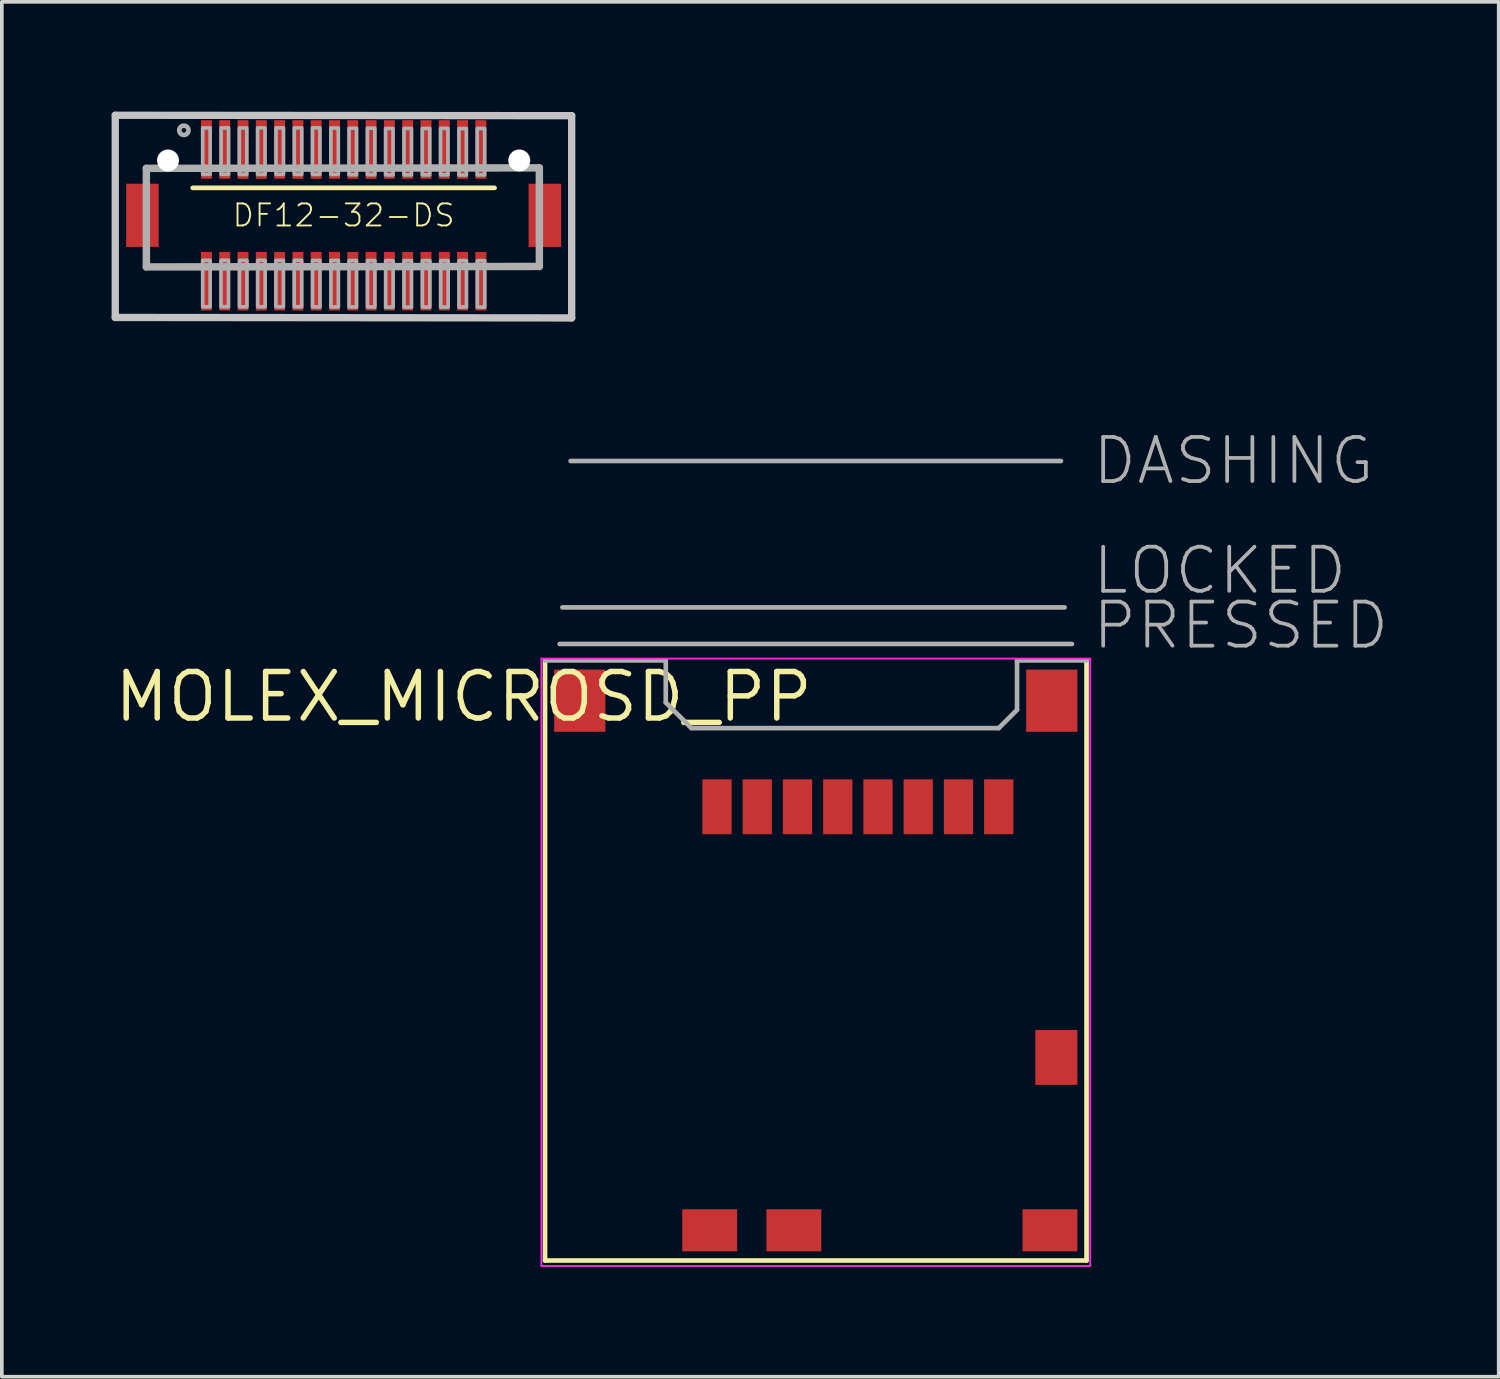
<source format=kicad_pcb>
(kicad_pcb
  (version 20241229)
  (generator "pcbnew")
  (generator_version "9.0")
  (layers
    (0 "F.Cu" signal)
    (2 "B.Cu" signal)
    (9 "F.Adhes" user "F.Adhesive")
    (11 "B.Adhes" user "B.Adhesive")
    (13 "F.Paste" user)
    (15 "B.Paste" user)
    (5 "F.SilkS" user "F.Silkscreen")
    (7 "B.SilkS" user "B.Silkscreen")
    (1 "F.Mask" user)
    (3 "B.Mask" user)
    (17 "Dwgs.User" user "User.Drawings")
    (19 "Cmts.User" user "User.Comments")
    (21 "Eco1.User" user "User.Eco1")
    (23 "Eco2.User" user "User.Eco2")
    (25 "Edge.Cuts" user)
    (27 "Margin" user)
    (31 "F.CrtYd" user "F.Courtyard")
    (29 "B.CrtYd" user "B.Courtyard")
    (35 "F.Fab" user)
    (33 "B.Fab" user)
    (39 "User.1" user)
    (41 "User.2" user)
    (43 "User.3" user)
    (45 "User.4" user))
  (footprint "DF12-32-DS"
    (layer "F.Cu")
    (at 6.342 2.835)
    (property "Reference" "DF12-32-DS" (at 0 0 0) (layer "F.SilkS") (effects (font (size 0.603 0.603) (thickness 0.051))))
    (attr through_hole)
    (fp_line (start -4.125 -0.75) (end 4.125 -0.75) (stroke (width 0.127) (type solid)) (layer "F.SilkS"))
    (fp_poly (pts (xy -3.862 -1.207) (xy -3.642 -1.207) (xy -3.642 -2.507) (xy -3.862 -2.507)) (stroke (width 0) (type solid)) (fill yes) (layer "F.Paste"))
    (fp_poly (pts (xy -3.862 2.513) (xy -3.642 2.513) (xy -3.642 1.213) (xy -3.862 1.213)) (stroke (width 0) (type solid)) (fill yes) (layer "F.Paste"))
    (fp_poly (pts (xy -3.362 -1.207) (xy -3.142 -1.207) (xy -3.142 -2.507) (xy -3.362 -2.507)) (stroke (width 0) (type solid)) (fill yes) (layer "F.Paste"))
    (fp_poly (pts (xy -3.362 2.513) (xy -3.142 2.513) (xy -3.142 1.213) (xy -3.362 1.213)) (stroke (width 0) (type solid)) (fill yes) (layer "F.Paste"))
    (fp_poly (pts (xy -2.862 -1.207) (xy -2.642 -1.207) (xy -2.642 -2.507) (xy -2.862 -2.507)) (stroke (width 0) (type solid)) (fill yes) (layer "F.Paste"))
    (fp_poly (pts (xy -2.862 2.513) (xy -2.642 2.513) (xy -2.642 1.213) (xy -2.862 1.213)) (stroke (width 0) (type solid)) (fill yes) (layer "F.Paste"))
    (fp_poly (pts (xy -2.362 -1.207) (xy -2.142 -1.207) (xy -2.142 -2.507) (xy -2.362 -2.507)) (stroke (width 0) (type solid)) (fill yes) (layer "F.Paste"))
    (fp_poly (pts (xy -2.362 2.513) (xy -2.142 2.513) (xy -2.142 1.213) (xy -2.362 1.213)) (stroke (width 0) (type solid)) (fill yes) (layer "F.Paste"))
    (fp_poly (pts (xy -1.862 -1.207) (xy -1.642 -1.207) (xy -1.642 -2.507) (xy -1.862 -2.507)) (stroke (width 0) (type solid)) (fill yes) (layer "F.Paste"))
    (fp_poly (pts (xy -1.862 2.513) (xy -1.642 2.513) (xy -1.642 1.213) (xy -1.862 1.213)) (stroke (width 0) (type solid)) (fill yes) (layer "F.Paste"))
    (fp_poly (pts (xy -1.362 -1.207) (xy -1.142 -1.207) (xy -1.142 -2.507) (xy -1.362 -2.507)) (stroke (width 0) (type solid)) (fill yes) (layer "F.Paste"))
    (fp_poly (pts (xy -1.352 2.513) (xy -1.132 2.513) (xy -1.132 1.213) (xy -1.352 1.213)) (stroke (width 0) (type solid)) (fill yes) (layer "F.Paste"))
    (fp_poly (pts (xy -0.862 -1.207) (xy -0.642 -1.207) (xy -0.642 -2.507) (xy -0.862 -2.507)) (stroke (width 0) (type solid)) (fill yes) (layer "F.Paste"))
    (fp_poly (pts (xy -0.862 2.513) (xy -0.642 2.513) (xy -0.642 1.213) (xy -0.862 1.213)) (stroke (width 0) (type solid)) (fill yes) (layer "F.Paste"))
    (fp_poly (pts (xy -0.362 -1.207) (xy -0.142 -1.207) (xy -0.142 -2.507) (xy -0.362 -2.507)) (stroke (width 0) (type solid)) (fill yes) (layer "F.Paste"))
    (fp_poly (pts (xy -0.362 2.513) (xy -0.142 2.513) (xy -0.142 1.213) (xy -0.362 1.213)) (stroke (width 0) (type solid)) (fill yes) (layer "F.Paste"))
    (fp_poly (pts (xy 0.138 -1.207) (xy 0.358 -1.207) (xy 0.358 -2.507) (xy 0.138 -2.507)) (stroke (width 0) (type solid)) (fill yes) (layer "F.Paste"))
    (fp_poly (pts (xy 0.138 2.513) (xy 0.358 2.513) (xy 0.358 1.213) (xy 0.138 1.213)) (stroke (width 0) (type solid)) (fill yes) (layer "F.Paste"))
    (fp_poly (pts (xy 0.638 -1.207) (xy 0.858 -1.207) (xy 0.858 -2.507) (xy 0.638 -2.507)) (stroke (width 0) (type solid)) (fill yes) (layer "F.Paste"))
    (fp_poly (pts (xy 0.648 2.513) (xy 0.868 2.513) (xy 0.868 1.213) (xy 0.648 1.213)) (stroke (width 0) (type solid)) (fill yes) (layer "F.Paste"))
    (fp_poly (pts (xy 1.138 -1.207) (xy 1.358 -1.207) (xy 1.358 -2.507) (xy 1.138 -2.507)) (stroke (width 0) (type solid)) (fill yes) (layer "F.Paste"))
    (fp_poly (pts (xy 1.138 2.513) (xy 1.358 2.513) (xy 1.358 1.213) (xy 1.138 1.213)) (stroke (width 0) (type solid)) (fill yes) (layer "F.Paste"))
    (fp_poly (pts (xy 1.638 -1.207) (xy 1.858 -1.207) (xy 1.858 -2.507) (xy 1.638 -2.507)) (stroke (width 0) (type solid)) (fill yes) (layer "F.Paste"))
    (fp_poly (pts (xy 1.638 2.513) (xy 1.858 2.513) (xy 1.858 1.213) (xy 1.638 1.213)) (stroke (width 0) (type solid)) (fill yes) (layer "F.Paste"))
    (fp_poly (pts (xy 2.138 -1.207) (xy 2.358 -1.207) (xy 2.358 -2.507) (xy 2.138 -2.507)) (stroke (width 0) (type solid)) (fill yes) (layer "F.Paste"))
    (fp_poly (pts (xy 2.138 2.513) (xy 2.358 2.513) (xy 2.358 1.213) (xy 2.138 1.213)) (stroke (width 0) (type solid)) (fill yes) (layer "F.Paste"))
    (fp_poly (pts (xy 2.638 -1.207) (xy 2.858 -1.207) (xy 2.858 -2.507) (xy 2.638 -2.507)) (stroke (width 0) (type solid)) (fill yes) (layer "F.Paste"))
    (fp_poly (pts (xy 2.638 2.513) (xy 2.858 2.513) (xy 2.858 1.213) (xy 2.638 1.213)) (stroke (width 0) (type solid)) (fill yes) (layer "F.Paste"))
    (fp_poly (pts (xy 3.138 -1.207) (xy 3.358 -1.207) (xy 3.358 -2.507) (xy 3.138 -2.507)) (stroke (width 0) (type solid)) (fill yes) (layer "F.Paste"))
    (fp_poly (pts (xy 3.138 2.513) (xy 3.358 2.513) (xy 3.358 1.213) (xy 3.138 1.213)) (stroke (width 0) (type solid)) (fill yes) (layer "F.Paste"))
    (fp_poly (pts (xy 3.638 -1.207) (xy 3.858 -1.207) (xy 3.858 -2.507) (xy 3.638 -2.507)) (stroke (width 0) (type solid)) (fill yes) (layer "F.Paste"))
    (fp_poly (pts (xy 3.638 2.513) (xy 3.858 2.513) (xy 3.858 1.213) (xy 3.638 1.213)) (stroke (width 0) (type solid)) (fill yes) (layer "F.Paste"))
    (fp_line (start -6.242 -2.735) (end 6.232 -2.723) (stroke (width 0.2) (type solid)) (layer "Dwgs.User"))
    (fp_line (start -6.242 2.791) (end -6.242 -2.735) (stroke (width 0.2) (type solid)) (layer "Dwgs.User"))
    (fp_line (start 6.232 -2.723) (end 6.232 2.804) (stroke (width 0.2) (type solid)) (layer "Dwgs.User"))
    (fp_line (start 6.232 2.804) (end -6.242 2.791) (stroke (width 0.2) (type solid)) (layer "Dwgs.User"))
    (fp_line (start -5.392 -1.284) (end 5.349 -1.297) (stroke (width 0.203) (type solid)) (layer "F.Fab"))
    (fp_line (start -5.392 1.41) (end -5.392 -1.284) (stroke (width 0.203) (type solid)) (layer "F.Fab"))
    (fp_line (start 5.349 -1.297) (end 5.349 1.397) (stroke (width 0.203) (type solid)) (layer "F.Fab"))
    (fp_line (start 5.349 1.397) (end -5.392 1.41) (stroke (width 0.203) (type solid)) (layer "F.Fab"))
    (fp_circle (center -4.367 -2.324) (end -4.24 -2.324) (stroke (width 0.127) (type solid)) (fill no) (layer "F.Fab"))
    (fp_poly (pts (xy -3.649 -1.12) (xy -3.649 -2.39) (xy -3.852 -2.39) (xy -3.852 -1.12)) (stroke (width 0.1) (type solid)) (fill no) (layer "F.Fab"))
    (fp_poly (pts (xy -3.649 2.499) (xy -3.649 1.229) (xy -3.852 1.229) (xy -3.852 2.499)) (stroke (width 0.1) (type solid)) (fill no) (layer "F.Fab"))
    (fp_poly (pts (xy -3.149 2.499) (xy -3.149 1.229) (xy -3.352 1.229) (xy -3.352 2.499)) (stroke (width 0.1) (type solid)) (fill no) (layer "F.Fab"))
    (fp_poly (pts (xy -3.146 -1.12) (xy -3.146 -2.39) (xy -3.349 -2.39) (xy -3.349 -1.12)) (stroke (width 0.1) (type solid)) (fill no) (layer "F.Fab"))
    (fp_poly (pts (xy -2.648 -1.118) (xy -2.648 -2.388) (xy -2.851 -2.388) (xy -2.851 -1.118)) (stroke (width 0.1) (type solid)) (fill no) (layer "F.Fab"))
    (fp_poly (pts (xy -2.643 2.499) (xy -2.643 1.229) (xy -2.846 1.229) (xy -2.846 2.499)) (stroke (width 0.1) (type solid)) (fill no) (layer "F.Fab"))
    (fp_poly (pts (xy -2.148 -1.12) (xy -2.148 -2.39) (xy -2.351 -2.39) (xy -2.351 -1.12)) (stroke (width 0.1) (type solid)) (fill no) (layer "F.Fab"))
    (fp_poly (pts (xy -2.145 2.499) (xy -2.145 1.229) (xy -2.349 1.229) (xy -2.349 2.499)) (stroke (width 0.1) (type solid)) (fill no) (layer "F.Fab"))
    (fp_poly (pts (xy -1.647 2.499) (xy -1.647 1.229) (xy -1.851 1.229) (xy -1.851 2.499)) (stroke (width 0.1) (type solid)) (fill no) (layer "F.Fab"))
    (fp_poly (pts (xy -1.645 -1.12) (xy -1.645 -2.39) (xy -1.848 -2.39) (xy -1.848 -1.12)) (stroke (width 0.1) (type solid)) (fill no) (layer "F.Fab"))
    (fp_poly (pts (xy -1.147 2.499) (xy -1.147 1.229) (xy -1.35 1.229) (xy -1.35 2.499)) (stroke (width 0.1) (type solid)) (fill no) (layer "F.Fab"))
    (fp_poly (pts (xy -1.145 -1.12) (xy -1.145 -2.39) (xy -1.348 -2.39) (xy -1.348 -1.12)) (stroke (width 0.1) (type solid)) (fill no) (layer "F.Fab"))
    (fp_poly (pts (xy -0.649 -1.12) (xy -0.649 -2.39) (xy -0.852 -2.39) (xy -0.852 -1.12)) (stroke (width 0.1) (type solid)) (fill no) (layer "F.Fab"))
    (fp_poly (pts (xy -0.647 2.502) (xy -0.647 1.232) (xy -0.85 1.232) (xy -0.85 2.502)) (stroke (width 0.1) (type solid)) (fill no) (layer "F.Fab"))
    (fp_poly (pts (xy -0.146 -1.118) (xy -0.146 -2.388) (xy -0.349 -2.388) (xy -0.349 -1.118)) (stroke (width 0.1) (type solid)) (fill no) (layer "F.Fab"))
    (fp_poly (pts (xy -0.144 2.502) (xy -0.144 1.232) (xy -0.347 1.232) (xy -0.347 2.502)) (stroke (width 0.1) (type solid)) (fill no) (layer "F.Fab"))
    (fp_poly (pts (xy 0.351 -1.11) (xy 0.351 -2.38) (xy 0.148 -2.38) (xy 0.148 -1.11)) (stroke (width 0.1) (type solid)) (fill no) (layer "F.Fab"))
    (fp_poly (pts (xy 0.351 2.504) (xy 0.351 1.234) (xy 0.148 1.234) (xy 0.148 2.504)) (stroke (width 0.1) (type solid)) (fill no) (layer "F.Fab"))
    (fp_poly (pts (xy 0.852 -1.113) (xy 0.852 -2.382) (xy 0.649 -2.382) (xy 0.649 -1.113)) (stroke (width 0.1) (type solid)) (fill no) (layer "F.Fab"))
    (fp_poly (pts (xy 0.854 2.504) (xy 0.854 1.234) (xy 0.651 1.234) (xy 0.651 2.504)) (stroke (width 0.1) (type solid)) (fill no) (layer "F.Fab"))
    (fp_poly (pts (xy 1.35 -1.105) (xy 1.35 -2.375) (xy 1.147 -2.375) (xy 1.147 -1.105)) (stroke (width 0.1) (type solid)) (fill no) (layer "F.Fab"))
    (fp_poly (pts (xy 1.352 2.509) (xy 1.352 1.239) (xy 1.149 1.239) (xy 1.149 2.509)) (stroke (width 0.1) (type solid)) (fill no) (layer "F.Fab"))
    (fp_poly (pts (xy 1.853 -1.105) (xy 1.853 -2.375) (xy 1.649 -2.375) (xy 1.649 -1.105)) (stroke (width 0.1) (type solid)) (fill no) (layer "F.Fab"))
    (fp_poly (pts (xy 1.853 2.509) (xy 1.853 1.239) (xy 1.649 1.239) (xy 1.649 2.509)) (stroke (width 0.1) (type solid)) (fill no) (layer "F.Fab"))
    (fp_poly (pts (xy 2.353 -1.105) (xy 2.353 -2.375) (xy 2.15 -2.375) (xy 2.15 -1.105)) (stroke (width 0.1) (type solid)) (fill no) (layer "F.Fab"))
    (fp_poly (pts (xy 2.356 2.507) (xy 2.356 1.237) (xy 2.152 1.237) (xy 2.152 2.507)) (stroke (width 0.1) (type solid)) (fill no) (layer "F.Fab"))
    (fp_poly (pts (xy 2.851 -1.107) (xy 2.851 -2.377) (xy 2.648 -2.377) (xy 2.648 -1.107)) (stroke (width 0.1) (type solid)) (fill no) (layer "F.Fab"))
    (fp_poly (pts (xy 2.856 2.507) (xy 2.856 1.237) (xy 2.653 1.237) (xy 2.653 2.507)) (stroke (width 0.1) (type solid)) (fill no) (layer "F.Fab"))
    (fp_poly (pts (xy 3.354 -1.102) (xy 3.354 -2.372) (xy 3.151 -2.372) (xy 3.151 -1.102)) (stroke (width 0.1) (type solid)) (fill no) (layer "F.Fab"))
    (fp_poly (pts (xy 3.356 2.507) (xy 3.356 1.237) (xy 3.153 1.237) (xy 3.153 2.507)) (stroke (width 0.1) (type solid)) (fill no) (layer "F.Fab"))
    (fp_poly (pts (xy 3.854 -1.105) (xy 3.854 -2.375) (xy 3.651 -2.375) (xy 3.651 -1.105)) (stroke (width 0.1) (type solid)) (fill no) (layer "F.Fab"))
    (fp_poly (pts (xy 3.857 2.509) (xy 3.857 1.239) (xy 3.654 1.239) (xy 3.654 2.509)) (stroke (width 0.1) (type solid)) (fill no) (layer "F.Fab"))
    (pad "" np_thru_hole circle (at -4.8 -1.5) (size 0.6 0.6) (drill 0.6) (layers "*.Cu" "*.Mask"))
    (pad "" np_thru_hole circle (at 4.8 -1.5) (size 0.6 0.6) (drill 0.6) (layers "*.Cu" "*.Mask"))
    (pad "1" smd rect (at -3.75 -1.8) (size 0.3 1.6) (layers "F.Cu" "F.Mask"))
    (pad "2" smd rect (at -3.75 1.8) (size 0.3 1.6) (layers "F.Cu" "F.Mask"))
    (pad "3" smd rect (at -3.25 -1.8) (size 0.3 1.6) (layers "F.Cu" "F.Mask"))
    (pad "4" smd rect (at -3.25 1.8) (size 0.3 1.6) (layers "F.Cu" "F.Mask"))
    (pad "5" smd rect (at -2.75 -1.8) (size 0.3 1.6) (layers "F.Cu" "F.Mask"))
    (pad "6" smd rect (at -2.75 1.8) (size 0.3 1.6) (layers "F.Cu" "F.Mask"))
    (pad "7" smd rect (at -2.25 -1.8) (size 0.3 1.6) (layers "F.Cu" "F.Mask"))
    (pad "8" smd rect (at -2.25 1.8) (size 0.3 1.6) (layers "F.Cu" "F.Mask"))
    (pad "9" smd rect (at -1.75 -1.8) (size 0.3 1.6) (layers "F.Cu" "F.Mask"))
    (pad "10" smd rect (at -1.75 1.8) (size 0.3 1.6) (layers "F.Cu" "F.Mask"))
    (pad "11" smd rect (at -1.25 -1.8) (size 0.3 1.6) (layers "F.Cu" "F.Mask"))
    (pad "12" smd rect (at -1.25 1.8) (size 0.3 1.6) (layers "F.Cu" "F.Mask"))
    (pad "13" smd rect (at -0.75 -1.8) (size 0.3 1.6) (layers "F.Cu" "F.Mask"))
    (pad "14" smd rect (at -0.75 1.8) (size 0.3 1.6) (layers "F.Cu" "F.Mask"))
    (pad "15" smd rect (at -0.25 -1.8) (size 0.3 1.6) (layers "F.Cu" "F.Mask"))
    (pad "16" smd rect (at -0.25 1.8) (size 0.3 1.6) (layers "F.Cu" "F.Mask"))
    (pad "17" smd rect (at 0.25 -1.8) (size 0.3 1.6) (layers "F.Cu" "F.Mask"))
    (pad "18" smd rect (at 0.25 1.8) (size 0.3 1.6) (layers "F.Cu" "F.Mask"))
    (pad "19" smd rect (at 0.75 -1.8) (size 0.3 1.6) (layers "F.Cu" "F.Mask"))
    (pad "20" smd rect (at 0.75 1.8) (size 0.3 1.6) (layers "F.Cu" "F.Mask"))
    (pad "21" smd rect (at 1.25 -1.8) (size 0.3 1.6) (layers "F.Cu" "F.Mask"))
    (pad "22" smd rect (at 1.25 1.8) (size 0.3 1.6) (layers "F.Cu" "F.Mask"))
    (pad "23" smd rect (at 1.75 -1.8) (size 0.3 1.6) (layers "F.Cu" "F.Mask"))
    (pad "24" smd rect (at 1.75 1.8) (size 0.3 1.6) (layers "F.Cu" "F.Mask"))
    (pad "25" smd rect (at 2.25 -1.8) (size 0.3 1.6) (layers "F.Cu" "F.Mask"))
    (pad "26" smd rect (at 2.25 1.8) (size 0.3 1.6) (layers "F.Cu" "F.Mask"))
    (pad "27" smd rect (at 2.75 -1.8) (size 0.3 1.6) (layers "F.Cu" "F.Mask"))
    (pad "28" smd rect (at 2.75 1.8) (size 0.3 1.6) (layers "F.Cu" "F.Mask"))
    (pad "29" smd rect (at 3.25 -1.8) (size 0.3 1.6) (layers "F.Cu" "F.Mask"))
    (pad "30" smd rect (at 3.25 1.8) (size 0.3 1.6) (layers "F.Cu" "F.Mask"))
    (pad "31" smd rect (at 3.75 -1.8) (size 0.3 1.6) (layers "F.Cu" "F.Mask"))
    (pad "32" smd rect (at 3.75 1.8) (size 0.3 1.6) (layers "F.Cu" "F.Mask"))
    (pad "F1" smd rect (at -5.5 0) (size 0.889 1.727) (layers "F.Cu" "F.Mask" "F.Paste"))
    (pad "F2" smd rect (at 5.5 0) (size 0.889 1.727) (layers "F.Cu" "F.Mask" "F.Paste")))
  (footprint "MOLEX_MICROSD_PP"
    (layer "F.Cu")
    (at 19.246 15.25)
    (property "Reference" "MOLEX_MICROSD_PP" (at 0 0 0) (layer "F.SilkS") (effects (font (size 1.27 1.27) (thickness 0.15)) (justify right top)))
    (attr through_hole)
    (fp_line (start -7.4 16.15) (end -7.4 -0.25) (stroke (width 0.127) (type solid)) (layer "F.SilkS"))
    (fp_line (start -7.4 16.15) (end 7.4 16.15) (stroke (width 0.127) (type solid)) (layer "F.SilkS"))
    (fp_line (start 7.4 -0.25) (end 7.4 16.15) (stroke (width 0.127) (type solid)) (layer "F.SilkS"))
    (fp_line (start -7.5 -0.3) (end 7.5 -0.3) (stroke (width 0.05) (type solid)) (layer "F.CrtYd"))
    (fp_line (start -7.5 16.3) (end -7.5 -0.3) (stroke (width 0.05) (type solid)) (layer "F.CrtYd"))
    (fp_line (start -7.5 16.3) (end 7.5 16.3) (stroke (width 0.05) (type solid)) (layer "F.CrtYd"))
    (fp_line (start 7.5 -0.3) (end 7.5 16.3) (stroke (width 0.05) (type solid)) (layer "F.CrtYd"))
    (fp_line (start -7.4 -0.25) (end -4.1 -0.25) (stroke (width 0.127) (type solid)) (layer "F.Fab"))
    (fp_line (start -7 -0.7) (end 7 -0.7) (stroke (width 0.127) (type solid)) (layer "F.Fab"))
    (fp_line (start -6.925 -1.7) (end 6.8 -1.7) (stroke (width 0.127) (type solid)) (layer "F.Fab"))
    (fp_line (start -6.7 -5.7) (end 6.7 -5.7) (stroke (width 0.127) (type solid)) (layer "F.Fab"))
    (fp_line (start -4.1 -0.25) (end -4.1 0.9) (stroke (width 0.127) (type solid)) (layer "F.Fab"))
    (fp_line (start -4.1 0.9) (end -3.4 1.6) (stroke (width 0.127) (type solid)) (layer "F.Fab"))
    (fp_line (start -3.4 1.6) (end 5 1.6) (stroke (width 0.127) (type solid)) (layer "F.Fab"))
    (fp_line (start 5 1.6) (end 5.5 1.1) (stroke (width 0.127) (type solid)) (layer "F.Fab"))
    (fp_line (start 5.5 -0.25) (end 7.4 -0.25) (stroke (width 0.127) (type solid)) (layer "F.Fab"))
    (fp_line (start 5.5 1.1) (end 5.5 -0.25) (stroke (width 0.127) (type solid)) (layer "F.Fab"))
    (fp_text user "PRESSED" (at 7.5 -0.5 0) (layer "F.Fab") (effects (font (size 1.206 1.206) (thickness 0.102)) (justify left bottom)))
    (fp_text user "LOCKED" (at 7.5 -2 0) (layer "F.Fab") (effects (font (size 1.206 1.206) (thickness 0.102)) (justify left bottom)))
    (fp_text user "DASHING" (at 7.5 -5 0) (layer "F.Fab") (effects (font (size 1.206 1.206) (thickness 0.102)) (justify left bottom)))
    (pad "1" smd rect (at -2.7 3.75) (size 0.8 1.5) (layers "F.Cu" "F.Mask" "F.Paste"))
    (pad "2" smd rect (at -1.6 3.75) (size 0.8 1.5) (layers "F.Cu" "F.Mask" "F.Paste"))
    (pad "3" smd rect (at -0.5 3.75) (size 0.8 1.5) (layers "F.Cu" "F.Mask" "F.Paste"))
    (pad "4" smd rect (at 0.6 3.75) (size 0.8 1.5) (layers "F.Cu" "F.Mask" "F.Paste"))
    (pad "5" smd rect (at 1.7 3.75) (size 0.8 1.5) (layers "F.Cu" "F.Mask" "F.Paste"))
    (pad "6" smd rect (at 2.8 3.75) (size 0.8 1.5) (layers "F.Cu" "F.Mask" "F.Paste"))
    (pad "7" smd rect (at 3.9 3.75) (size 0.8 1.5) (layers "F.Cu" "F.Mask" "F.Paste"))
    (pad "8" smd rect (at 5 3.75) (size 0.8 1.5) (layers "F.Cu" "F.Mask" "F.Paste"))
    (pad "DET" smd rect (at -0.6 15.325) (size 1.5 1.15) (layers "F.Cu" "F.Mask" "F.Paste"))
    (pad "M1" smd rect (at -6.45 0.85) (size 1.4 1.7) (layers "F.Cu" "F.Mask" "F.Paste"))
    (pad "M2" smd rect (at 6.45 0.85) (size 1.4 1.7) (layers "F.Cu" "F.Mask" "F.Paste"))
    (pad "M3" smd rect (at -2.9 15.325) (size 1.5 1.15) (layers "F.Cu" "F.Mask" "F.Paste"))
    (pad "M4" smd rect (at 6.4 15.325) (size 1.5 1.15) (layers "F.Cu" "F.Mask" "F.Paste"))
    (pad "M5" smd rect (at 6.575 10.6) (size 1.15 1.5) (layers "F.Cu" "F.Mask" "F.Paste")))
  (gr_rect
    (start -3 -3)
    (end 37.91 34.575)
    (stroke (width 0.1) (type default))
    (fill no)
    (layer "Edge.Cuts")))
</source>
